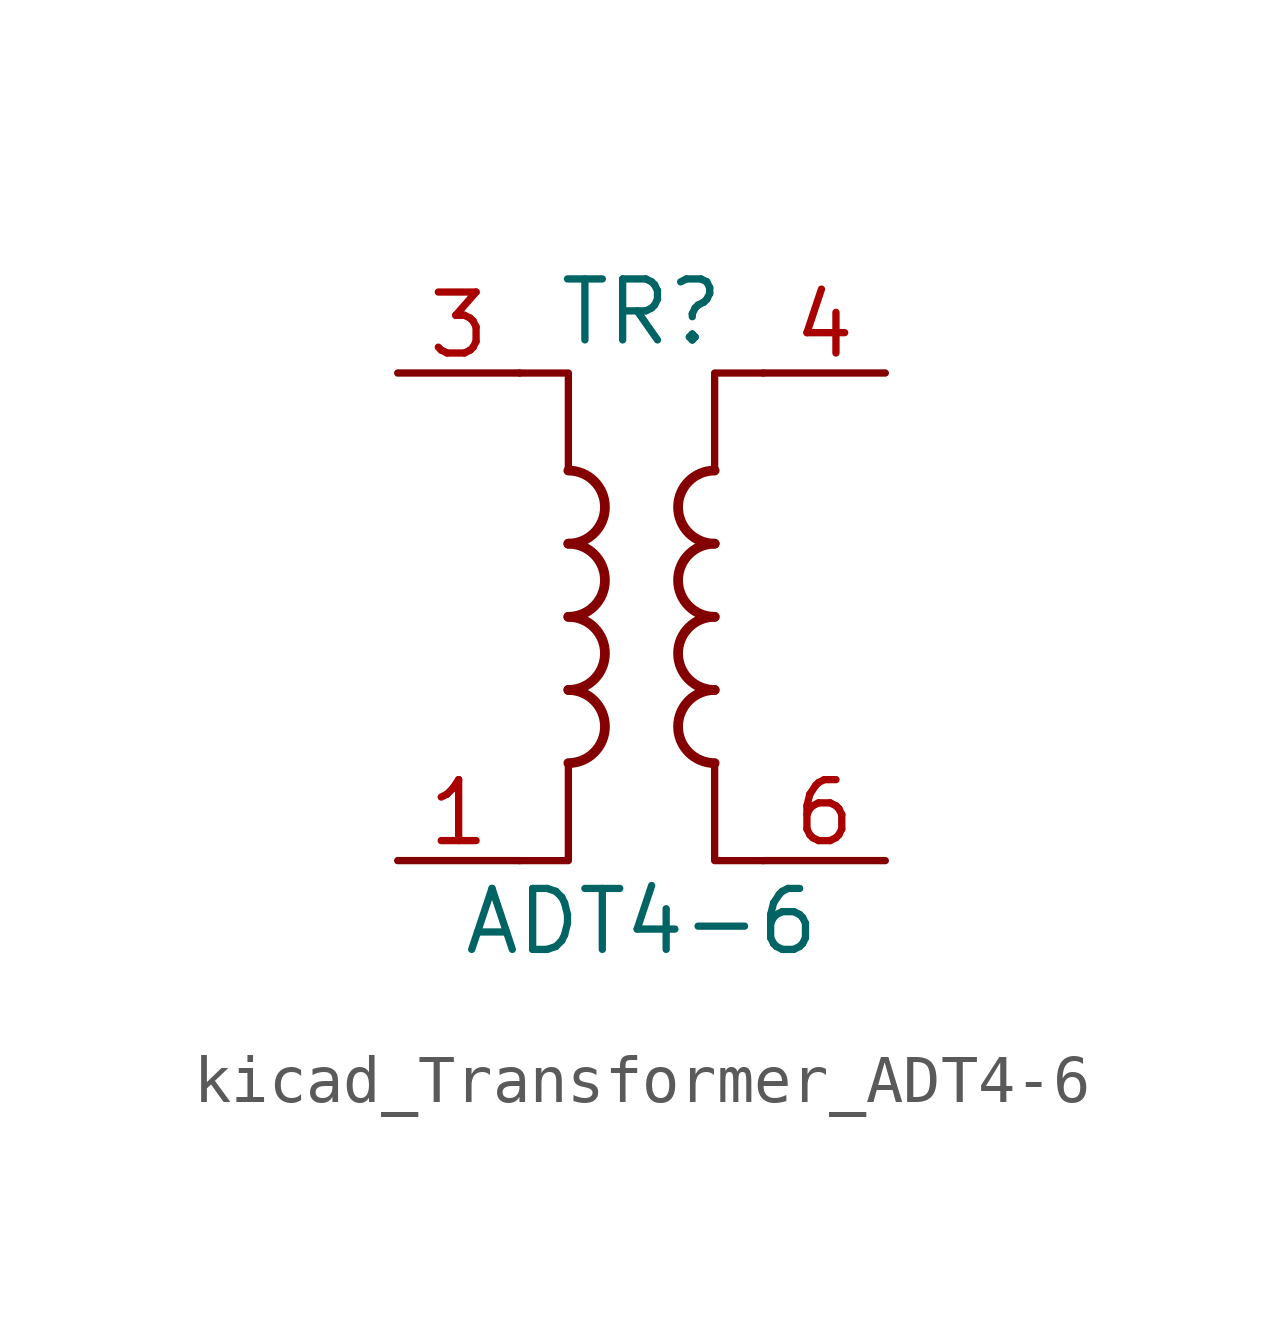
<source format=kicad_sym>
(kicad_symbol_lib
  (version 20220914)
  (generator kicad_symbol_editor)
  (symbol "kicad_Transformer_ADT4-6"
    (pin_names hide)
    (property "Reference" "TR"
      (at 0 6.35 0)
      (effects (font (size 1.27 1.27))))
    (property "Value" "ADT4-6"
      (at 0 -6.35 0)
      (effects (font (size 1.27 1.27))))
    (symbol "kicad_Transformer_ADT4-6_0_1"
      (arc (start -1.524 -3.048) (mid -0.7653 -2.286) (end -1.524 -1.524) (stroke (width 0.2032) (type default)) (fill (type none)))
      (arc (start -1.524 -1.524) (mid -0.7653 -0.762) (end -1.524 0) (stroke (width 0.2032) (type default)) (fill (type none)))
      (arc (start -1.524 0) (mid -0.7653 0.762) (end -1.524 1.524) (stroke (width 0.2032) (type default)) (fill (type none)))
      (arc (start -1.524 1.524) (mid -0.7653 2.286) (end -1.524 3.048) (stroke (width 0.2032) (type default)) (fill (type none)))
      (polyline (pts (xy -2.54 5.08) (xy -1.524 5.08) (xy -1.524 3.048)) (stroke (width 0.152) (type default)) (fill (type none)))
      (polyline (pts (xy -1.524 -3.048) (xy -1.524 -5.08) (xy -2.54 -5.08)) (stroke (width 0.152) (type default)) (fill (type none)))
      (polyline (pts (xy 1.524 3.048) (xy 1.524 5.08) (xy 2.54 5.08)) (stroke (width 0.152) (type default)) (fill (type none)))
      (polyline (pts (xy 2.54 -5.08) (xy 1.524 -5.08) (xy 1.524 -3.048)) (stroke (width 0.152) (type default)) (fill (type none)))
      (arc (start 1.524 -1.524) (mid 0.7653 -2.286) (end 1.524 -3.048) (stroke (width 0.2032) (type default)) (fill (type none)))
      (arc (start 1.524 0) (mid 0.7653 -0.762) (end 1.524 -1.524) (stroke (width 0.2032) (type default)) (fill (type none)))
      (arc (start 1.524 1.524) (mid 0.7653 0.762) (end 1.524 0) (stroke (width 0.2032) (type default)) (fill (type none)))
      (arc (start 1.524 3.048) (mid 0.7653 2.286) (end 1.524 1.524) (stroke (width 0.2032) (type default)) (fill (type none))))
    (symbol "kicad_Transformer_ADT4-6_1_1"
      (pin passive line (at -5.08 -5.08 0) (length 2.54) (name "~" (effects (font (size 1.27 1.27)))) (number "1" (effects (font (size 1.27 1.27)))))
      (pin passive line (at -5.08 5.08 0) (length 2.54) (name "~" (effects (font (size 1.27 1.27)))) (number "3" (effects (font (size 1.27 1.27)))))
      (pin passive line (at 5.08 5.08 180) (length 2.54) (name "~" (effects (font (size 1.27 1.27)))) (number "4" (effects (font (size 1.27 1.27)))))
      (pin passive line (at 5.08 -5.08 180) (length 2.54) (name "~" (effects (font (size 1.27 1.27)))) (number "6" (effects (font (size 1.27 1.27))))))))
</source>
